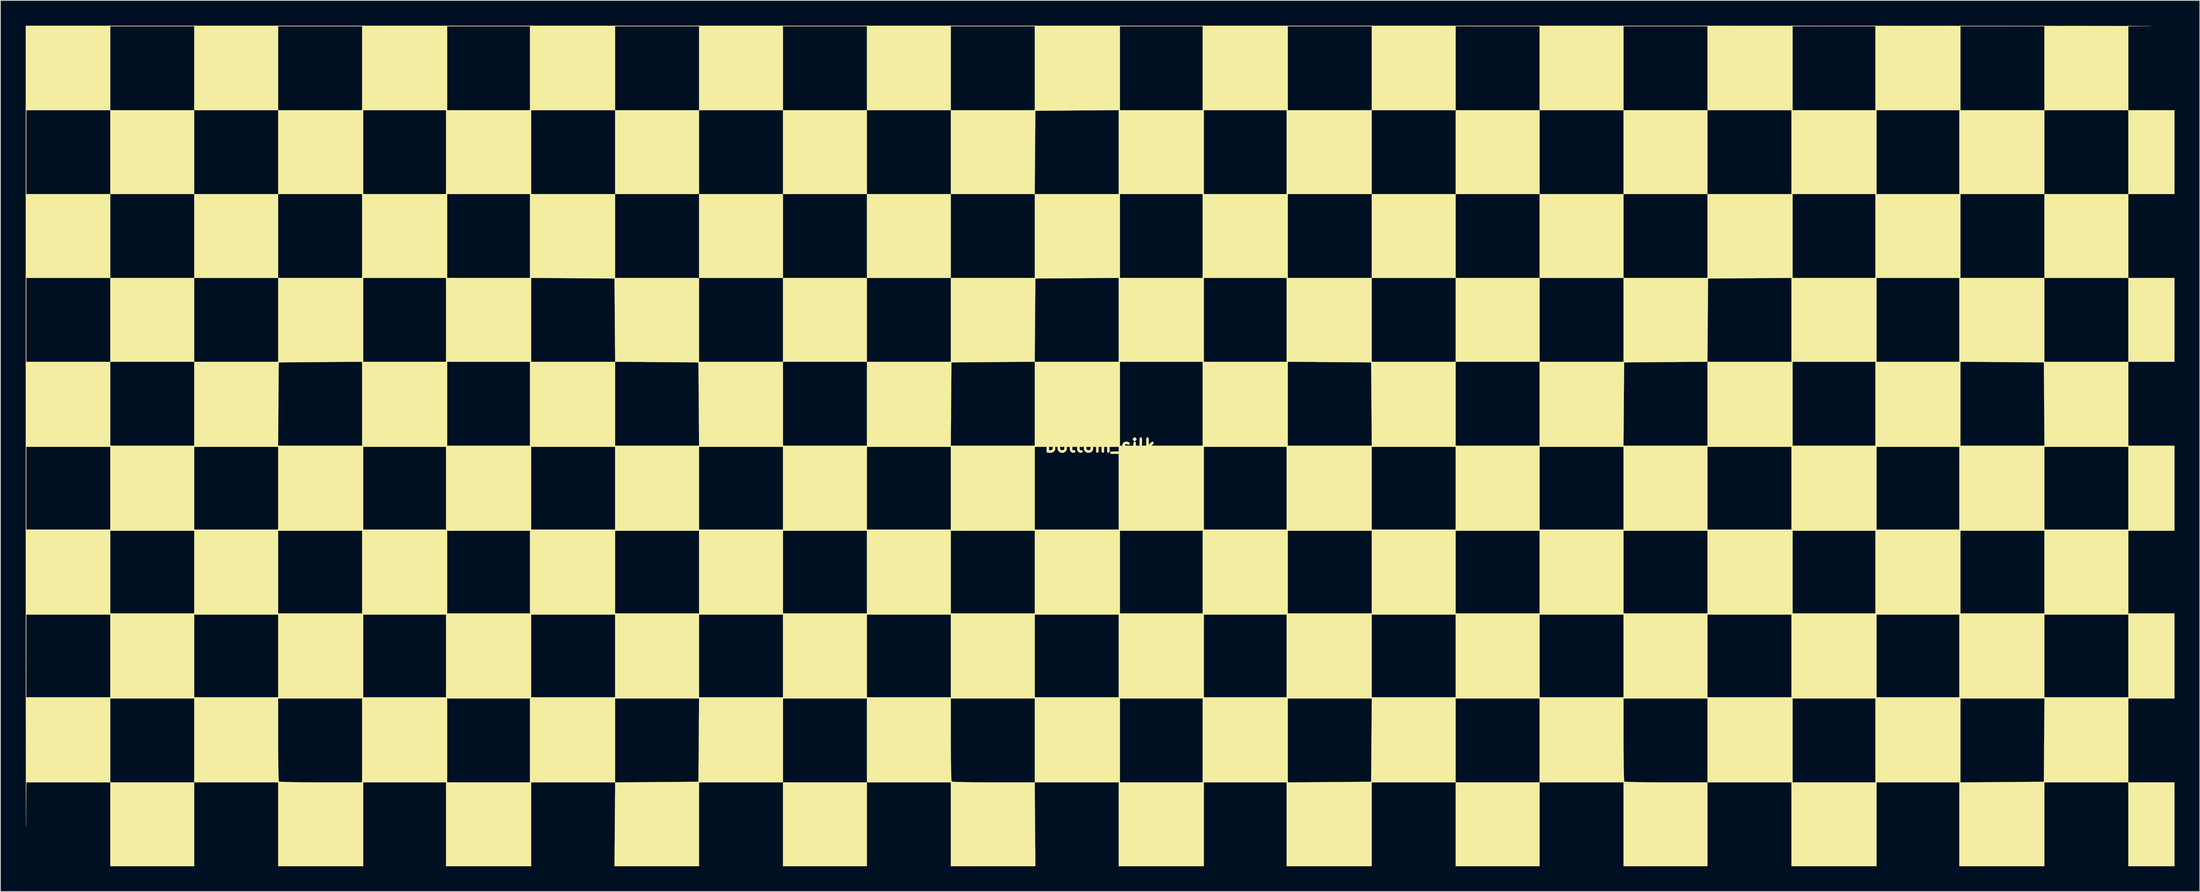
<source format=kicad_pcb>
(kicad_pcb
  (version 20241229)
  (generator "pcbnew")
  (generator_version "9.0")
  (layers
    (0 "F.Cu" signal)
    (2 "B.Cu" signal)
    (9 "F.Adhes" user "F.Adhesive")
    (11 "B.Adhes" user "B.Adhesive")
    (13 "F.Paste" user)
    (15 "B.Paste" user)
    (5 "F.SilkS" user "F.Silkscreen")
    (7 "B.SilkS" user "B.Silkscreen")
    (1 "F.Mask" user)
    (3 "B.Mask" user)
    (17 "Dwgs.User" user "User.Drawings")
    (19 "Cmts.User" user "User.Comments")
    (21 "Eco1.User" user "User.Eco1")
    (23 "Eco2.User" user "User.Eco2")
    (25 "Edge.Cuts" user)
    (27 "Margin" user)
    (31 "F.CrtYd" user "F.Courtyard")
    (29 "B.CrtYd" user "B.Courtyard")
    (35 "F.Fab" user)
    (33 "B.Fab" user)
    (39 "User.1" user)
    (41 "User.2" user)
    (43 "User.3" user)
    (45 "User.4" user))
  (footprint "bottom_silk"
    (layer "F.Cu")
    (at 127.496 49.893)
    (property "Reference" "bottom_silk" (at 0 0 0) (layer "F.SilkS") (effects (font (size 1.524 1.524) (thickness 0.3))))
    (attr through_hole)
    (fp_poly (pts (xy -117.457 -29.891) (xy -117.457 -39.854) (xy -107.494 -39.854) (xy -107.494 -29.891) (xy -117.457 -29.891)) (stroke (width 0.01) (type solid)) (fill yes) (layer "F.SilkS"))
    (fp_poly (pts (xy -107.494 -29.891) (xy -97.53 -29.891) (xy -97.53 -19.927) (xy -107.494 -19.927) (xy -107.494 -29.891)) (stroke (width 0.01) (type solid)) (fill yes) (layer "F.SilkS"))
    (fp_poly (pts (xy -107.494 -9.964) (xy -117.457 -9.964) (xy -117.457 -19.927) (xy -107.494 -19.927) (xy -107.494 -9.964)) (stroke (width 0.01) (type solid)) (fill yes) (layer "F.SilkS"))
    (fp_poly (pts (xy -57.536 -29.891) (xy -57.536 -39.854) (xy -47.572 -39.854) (xy -47.572 -29.891) (xy -57.536 -29.891)) (stroke (width 0.01) (type solid)) (fill yes) (layer "F.SilkS"))
    (fp_poly (pts (xy -37.609 -39.854) (xy -27.645 -39.854) (xy -27.645 -29.891) (xy -37.609 -29.891) (xy -37.609 -39.854)) (stroke (width 0.01) (type solid)) (fill yes) (layer "F.SilkS"))
    (fp_poly (pts (xy -37.609 -19.927) (xy -47.572 -19.927) (xy -47.572 -29.891) (xy -37.609 -29.891) (xy -37.609 -19.927)) (stroke (width 0.01) (type solid)) (fill yes) (layer "F.SilkS"))
    (fp_poly (pts (xy -27.645 -29.891) (xy -17.682 -29.891) (xy -17.682 -19.927) (xy -27.645 -19.927) (xy -27.645 -29.891)) (stroke (width 0.01) (type solid)) (fill yes) (layer "F.SilkS"))
    (fp_poly (pts (xy -27.645 -9.964) (xy -37.609 -9.964) (xy -37.609 -19.927) (xy -27.645 -19.927) (xy -27.645 -9.964)) (stroke (width 0.01) (type solid)) (fill yes) (layer "F.SilkS"))
    (fp_poly (pts (xy 62.167 -39.854) (xy 72.13 -39.854) (xy 72.13 -29.891) (xy 62.167 -29.891) (xy 62.167 -39.854)) (stroke (width 0.01) (type solid)) (fill yes) (layer "F.SilkS"))
    (fp_poly (pts (xy 127.561 49.958) (xy 122.088 49.958) (xy 122.088 39.994) (xy 127.561 39.994) (xy 127.561 49.958)) (stroke (width 0.01) (type solid)) (fill yes) (layer "F.SilkS"))
    (fp_poly (pts (xy 62.167 -19.927) (xy 52.203 -19.927) (xy 52.203 -9.964) (xy 42.24 -9.964) (xy 42.24 -19.927) (xy 32.276 -19.927) (xy 32.276 -29.891) (xy 42.24 -29.891) (xy 42.24 -19.927) (xy 52.203 -19.927) (xy 52.203 -29.891) (xy 42.24 -29.891) (xy 42.24 -39.854) (xy 52.203 -39.854) (xy 52.203 -29.891) (xy 62.167 -29.891) (xy 62.167 -19.927)) (stroke (width 0.01) (type solid)) (fill yes) (layer "F.SilkS"))
    (fp_poly (pts (xy 6.029 -49.888) (xy 11.914 -49.888) (xy 17.718 -49.887) (xy 23.436 -49.887) (xy 29.062 -49.887) (xy 34.589 -49.886) (xy 40.012 -49.886) (xy 45.324 -49.885) (xy 50.52 -49.885) (xy 55.593 -49.884) (xy 60.538 -49.883) (xy 65.348 -49.882) (xy 70.017 -49.881) (xy 74.539 -49.881) (xy 78.908 -49.88) (xy 83.119 -49.878) (xy 87.164 -49.877) (xy 91.039 -49.876) (xy 94.736 -49.875) (xy 98.25 -49.874) (xy 101.576 -49.872) (xy 104.705 -49.871) (xy 107.634 -49.87) (xy 110.355 -49.868) (xy 112.863 -49.867) (xy 115.151 -49.865) (xy 117.214 -49.864) (xy 119.046 -49.862) (xy 120.639 -49.86) (xy 121.989 -49.859) (xy 123.09 -49.857) (xy 123.934 -49.855) (xy 124.517 -49.854) (xy 124.832 -49.852) (xy 124.873 -49.85) (xy 124.86 -49.85) (xy 122.088 -49.812) (xy 122.088 -39.854) (xy 127.561 -39.854) (xy 127.561 -29.891) (xy 122.088 -29.891) (xy 122.088 -19.927) (xy 127.561 -19.927) (xy 127.561 -9.964) (xy 122.088 -9.964) (xy 122.088 0) (xy 127.561 0) (xy 127.561 10.104) (xy 122.088 10.104) (xy 122.088 19.927) (xy 127.561 19.927) (xy 127.561 30.031) (xy 122.088 30.031) (xy 122.088 39.994) (xy 112.125 39.994) (xy 112.125 49.958) (xy 102.021 49.958) (xy 102.021 39.994) (xy 92.198 39.994) (xy 92.198 49.958) (xy 82.094 49.958) (xy 82.094 39.994) (xy 72.13 39.994) (xy 72.13 49.958) (xy 62.167 49.958) (xy 62.167 39.994) (xy 52.203 39.994) (xy 52.203 49.958) (xy 42.24 49.958) (xy 42.24 39.994) (xy 32.276 39.994) (xy 32.276 49.958) (xy 22.172 49.958) (xy 22.172 39.994) (xy 12.349 39.994) (xy 12.349 49.958) (xy 2.245 49.958) (xy 2.245 39.994) (xy -7.718 39.994) (xy -7.718 30.031) (xy 2.386 30.031) (xy 2.386 39.994) (xy 12.209 39.994) (xy 12.209 30.031) (xy 22.313 30.031) (xy 22.313 39.998) (xy 32.206 39.924) (xy 32.28 30.031) (xy 42.24 30.031) (xy 42.24 39.994) (xy 52.203 39.994) (xy 52.203 30.031) (xy 62.167 30.031) (xy 62.167 34.919) (xy 62.169 36.064) (xy 62.177 37.118) (xy 62.188 38.051) (xy 62.203 38.828) (xy 62.222 39.417) (xy 62.242 39.785) (xy 62.26 39.901) (xy 62.418 39.923) (xy 62.823 39.943) (xy 63.444 39.96) (xy 64.248 39.975) (xy 65.201 39.986) (xy 66.272 39.993) (xy 67.242 39.994) (xy 72.13 39.994) (xy 72.13 30.031) (xy 82.234 30.031) (xy 82.234 39.994) (xy 92.057 39.994) (xy 92.057 30.031) (xy 102.161 30.031) (xy 102.161 39.998) (xy 107.108 39.961) (xy 112.055 39.924) (xy 112.128 30.031) (xy 102.161 30.031) (xy 92.057 30.031) (xy 82.234 30.031) (xy 72.13 30.031) (xy 62.167 30.031) (xy 52.203 30.031) (xy 42.24 30.031) (xy 32.28 30.031) (xy 22.313 30.031) (xy 12.209 30.031) (xy 2.386 30.031) (xy -7.718 30.031) (xy -17.682 30.031) (xy -17.682 34.919) (xy -17.679 36.064) (xy -17.672 37.118) (xy -17.66 38.051) (xy -17.645 38.828) (xy -17.627 39.417) (xy -17.607 39.785) (xy -17.588 39.901) (xy -17.431 39.923) (xy -17.025 39.943) (xy -16.404 39.96) (xy -15.601 39.975) (xy -14.647 39.986) (xy -13.576 39.993) (xy -12.606 39.994) (xy -7.725 39.994) (xy -7.687 44.976) (xy -7.648 49.958) (xy -12.665 49.958) (xy -17.682 49.958) (xy -17.682 39.994) (xy -27.645 39.994) (xy -27.645 49.958) (xy -37.609 49.958) (xy -37.609 39.994) (xy -47.572 39.994) (xy -47.572 49.958) (xy -52.589 49.958) (xy -57.606 49.958) (xy -57.568 44.976) (xy -57.529 39.998) (xy -47.643 39.924) (xy -47.569 30.031) (xy -37.609 30.031) (xy -37.609 39.994) (xy -27.645 39.994) (xy -27.645 30.031) (xy -37.609 30.031) (xy -47.569 30.031) (xy -57.536 30.031) (xy -57.536 39.994) (xy -67.499 39.994) (xy -67.499 49.958) (xy -77.603 49.958) (xy -77.603 39.994) (xy -87.427 39.994) (xy -87.427 49.958) (xy -97.53 49.958) (xy -97.53 39.994) (xy -107.494 39.994) (xy -107.494 49.958) (xy -117.457 49.958) (xy -117.457 39.994) (xy -127.417 39.994) (xy -127.454 45.011) (xy -127.457 45.246) (xy -127.46 45.208) (xy -127.462 44.908) (xy -127.465 44.352) (xy -127.467 43.551) (xy -127.47 42.512) (xy -127.472 41.245) (xy -127.474 39.757) (xy -127.476 38.058) (xy -127.478 36.157) (xy -127.48 34.062) (xy -127.482 31.781) (xy -127.483 30.031) (xy -117.457 30.031) (xy -117.457 39.994) (xy -107.494 39.994) (xy -107.494 30.031) (xy -97.53 30.031) (xy -97.53 34.919) (xy -97.528 36.064) (xy -97.52 37.118) (xy -97.509 38.051) (xy -97.494 38.828) (xy -97.476 39.417) (xy -97.455 39.785) (xy -97.437 39.901) (xy -97.279 39.923) (xy -96.874 39.943) (xy -96.253 39.96) (xy -95.45 39.975) (xy -94.496 39.986) (xy -93.425 39.993) (xy -92.455 39.994) (xy -87.567 39.994) (xy -87.567 30.031) (xy -77.463 30.031) (xy -77.463 39.994) (xy -67.64 39.994) (xy -67.64 30.031) (xy -77.463 30.031) (xy -87.567 30.031) (xy -97.53 30.031) (xy -107.494 30.031) (xy -117.457 30.031) (xy -127.483 30.031) (xy -127.484 29.323) (xy -127.485 26.698) (xy -127.486 23.913) (xy -127.488 20.978) (xy -127.488 20.067) (xy -127.421 20.067) (xy -127.421 29.891) (xy -117.457 29.891) (xy -117.457 20.067) (xy -107.494 20.067) (xy -107.494 29.891) (xy -97.53 29.891) (xy -97.53 20.067) (xy -87.427 20.067) (xy -87.427 29.891) (xy -77.603 29.891) (xy -77.603 20.067) (xy -67.499 20.067) (xy -67.499 29.891) (xy -57.536 29.891) (xy -57.536 20.067) (xy -47.572 20.067) (xy -47.572 29.891) (xy -37.609 29.891) (xy -37.609 20.067) (xy -27.645 20.067) (xy -27.645 29.891) (xy -17.682 29.891) (xy -17.682 20.067) (xy -7.718 20.067) (xy -7.718 29.891) (xy 2.245 29.891) (xy 2.245 20.067) (xy 12.349 20.067) (xy 12.349 29.891) (xy 22.172 29.891) (xy 22.172 20.067) (xy 32.276 20.067) (xy 32.276 29.891) (xy 42.24 29.891) (xy 42.24 20.067) (xy 52.203 20.067) (xy 52.203 29.891) (xy 62.167 29.891) (xy 62.167 20.067) (xy 72.13 20.067) (xy 72.13 29.891) (xy 82.094 29.891) (xy 82.094 20.067) (xy 92.198 20.067) (xy 92.198 29.891) (xy 102.021 29.891) (xy 102.021 20.067) (xy 112.125 20.067) (xy 112.125 29.891) (xy 122.088 29.891) (xy 122.088 20.067) (xy 112.125 20.067) (xy 102.021 20.067) (xy 92.198 20.067) (xy 82.094 20.067) (xy 72.13 20.067) (xy 62.167 20.067) (xy 52.203 20.067) (xy 42.24 20.067) (xy 32.276 20.067) (xy 22.172 20.067) (xy 12.349 20.067) (xy 2.245 20.067) (xy -7.718 20.067) (xy -17.682 20.067) (xy -27.645 20.067) (xy -37.609 20.067) (xy -47.572 20.067) (xy -57.536 20.067) (xy -67.499 20.067) (xy -77.603 20.067) (xy -87.427 20.067) (xy -97.53 20.067) (xy -107.494 20.067) (xy -117.457 20.067) (xy -127.421 20.067) (xy -127.488 20.067) (xy -127.489 17.9) (xy -127.489 14.689) (xy -127.49 11.354) (xy -127.49 10.104) (xy -117.457 10.104) (xy -117.457 19.927) (xy -107.494 19.927) (xy -107.494 10.104) (xy -97.53 10.104) (xy -97.53 19.927) (xy -87.567 19.927) (xy -87.567 10.104) (xy -77.463 10.104) (xy -77.463 19.927) (xy -67.64 19.927) (xy -67.64 10.104) (xy -57.536 10.104) (xy -57.536 19.927) (xy -47.572 19.927) (xy -47.572 10.104) (xy -37.609 10.104) (xy -37.609 19.927) (xy -27.645 19.927) (xy -27.645 10.104) (xy -17.682 10.104) (xy -17.682 19.927) (xy -7.718 19.927) (xy -7.718 10.104) (xy 2.386 10.104) (xy 2.386 19.927) (xy 12.209 19.927) (xy 12.209 10.104) (xy 22.313 10.104) (xy 22.313 19.927) (xy 32.276 19.927) (xy 32.276 10.104) (xy 42.24 10.104) (xy 42.24 19.927) (xy 52.203 19.927) (xy 52.203 10.104) (xy 62.167 10.104) (xy 62.167 19.927) (xy 72.13 19.927) (xy 72.13 10.104) (xy 82.234 10.104) (xy 82.234 19.927) (xy 92.057 19.927) (xy 92.057 10.104) (xy 102.161 10.104) (xy 102.161 19.927) (xy 112.125 19.927) (xy 112.125 10.104) (xy 102.161 10.104) (xy 92.057 10.104) (xy 82.234 10.104) (xy 72.13 10.104) (xy 62.167 10.104) (xy 52.203 10.104) (xy 42.24 10.104) (xy 32.276 10.104) (xy 22.313 10.104) (xy 12.209 10.104) (xy 2.386 10.104) (xy -7.718 10.104) (xy -17.682 10.104) (xy -27.645 10.104) (xy -37.609 10.104) (xy -47.572 10.104) (xy -57.536 10.104) (xy -67.64 10.104) (xy -77.463 10.104) (xy -87.567 10.104) (xy -97.53 10.104) (xy -107.494 10.104) (xy -117.457 10.104) (xy -127.49 10.104) (xy -127.491 7.902) (xy -127.491 4.343) (xy -127.491 0.686) (xy -127.491 0.14) (xy -127.421 0.14) (xy -127.421 9.964) (xy -117.457 9.964) (xy -117.457 0.14) (xy -107.494 0.14) (xy -107.494 9.964) (xy -97.53 9.964) (xy -97.53 0.14) (xy -87.427 0.14) (xy -87.427 9.964) (xy -77.603 9.964) (xy -77.603 0.14) (xy -67.499 0.14) (xy -67.499 9.964) (xy -57.536 9.964) (xy -57.536 0.14) (xy -47.572 0.14) (xy -47.572 9.964) (xy -37.609 9.964) (xy -37.609 0.14) (xy -27.645 0.14) (xy -27.645 9.964) (xy -17.682 9.964) (xy -17.682 0.14) (xy -7.718 0.14) (xy -7.718 9.964) (xy 2.245 9.964) (xy 2.245 0.14) (xy 12.349 0.14) (xy 12.349 9.964) (xy 22.172 9.964) (xy 22.172 0.14) (xy 32.276 0.14) (xy 32.276 9.964) (xy 42.24 9.964) (xy 42.24 0.14) (xy 52.203 0.14) (xy 52.203 9.964) (xy 62.167 9.964) (xy 62.167 0.14) (xy 72.13 0.14) (xy 72.13 9.964) (xy 82.094 9.964) (xy 82.094 0.14) (xy 92.198 0.14) (xy 92.198 9.964) (xy 102.021 9.964) (xy 102.021 0.14) (xy 112.125 0.14) (xy 112.125 9.964) (xy 122.088 9.964) (xy 122.088 0.14) (xy 112.125 0.14) (xy 102.021 0.14) (xy 92.198 0.14) (xy 82.094 0.14) (xy 72.13 0.14) (xy 62.167 0.14) (xy 52.203 0.14) (xy 42.24 0.14) (xy 32.276 0.14) (xy 22.172 0.14) (xy 12.349 0.14) (xy 2.245 0.14) (xy -7.718 0.14) (xy -17.682 0.14) (xy -27.645 0.14) (xy -37.609 0.14) (xy -47.572 0.14) (xy -57.536 0.14) (xy -67.499 0.14) (xy -77.603 0.14) (xy -87.427 0.14) (xy -97.53 0.14) (xy -107.494 0.14) (xy -117.457 0.14) (xy -127.421 0.14) (xy -127.491 0.14) (xy -127.491 0.07) (xy -127.491 -39.854) (xy -127.421 -39.854) (xy -127.421 -29.891) (xy -117.457 -29.891) (xy -117.457 -19.927) (xy -127.421 -19.927) (xy -127.421 -9.964) (xy -117.457 -9.964) (xy -117.457 0) (xy -107.494 0) (xy -97.534 0) (xy -87.567 0) (xy -87.567 -9.967) (xy -92.514 -9.93) (xy -97.46 -9.893) (xy -97.497 -4.947) (xy -97.534 0) (xy -107.494 0) (xy -107.494 -9.964) (xy -97.53 -9.964) (xy -97.53 -19.927) (xy -87.567 -19.927) (xy -87.427 -19.927) (xy -87.427 -9.964) (xy -77.603 -9.964) (xy -77.463 -9.964) (xy -77.463 0) (xy -67.64 0) (xy -67.64 -9.964) (xy -67.499 -9.964) (xy -57.536 -9.964) (xy -57.536 0) (xy -47.569 0) (xy -47.606 -4.947) (xy -47.643 -9.893) (xy -57.532 -9.967) (xy -57.606 -19.857) (xy -67.499 -19.931) (xy -67.499 -9.964) (xy -67.64 -9.964) (xy -77.463 -9.964) (xy -77.603 -9.964) (xy -77.603 -19.927) (xy -87.427 -19.927) (xy -87.567 -19.927) (xy -87.567 -29.891) (xy -97.53 -29.891) (xy -97.53 -39.854) (xy -107.494 -39.854) (xy -107.494 -49.818) (xy -97.53 -49.818) (xy -97.53 -39.854) (xy -87.567 -39.854) (xy -87.427 -39.854) (xy -87.427 -29.891) (xy -77.603 -29.891) (xy -77.463 -29.891) (xy -77.463 -19.927) (xy -67.64 -19.927) (xy -67.64 -29.891) (xy -77.463 -29.891) (xy -77.603 -29.891) (xy -77.603 -39.854) (xy -87.427 -39.854) (xy -87.567 -39.854) (xy -87.567 -49.818) (xy -77.463 -49.818) (xy -77.463 -39.854) (xy -67.64 -39.854) (xy -67.499 -39.854) (xy -67.499 -29.891) (xy -57.536 -29.891) (xy -57.536 -19.927) (xy -47.572 -19.927) (xy -47.572 -9.964) (xy -37.609 -9.964) (xy -37.609 0) (xy -27.645 0) (xy -17.685 0) (xy -7.718 0) (xy -7.718 -9.964) (xy 2.245 -9.964) (xy 2.386 -9.964) (xy 2.386 0) (xy 12.209 0) (xy 22.313 0) (xy 32.28 0) (xy 32.243 -4.947) (xy 32.206 -9.893) (xy 22.313 -9.967) (xy 22.313 0) (xy 12.209 0) (xy 12.209 -9.964) (xy 2.386 -9.964) (xy 2.245 -9.964) (xy 2.245 -19.931) (xy -7.648 -19.857) (xy -7.722 -9.967) (xy -17.612 -9.893) (xy -17.648 -4.947) (xy -17.685 0) (xy -27.645 0) (xy -27.645 -9.964) (xy -17.682 -9.964) (xy -17.682 -19.927) (xy -7.718 -19.927) (xy -7.718 -29.891) (xy 2.245 -29.891) (xy 2.386 -29.891) (xy 2.386 -19.927) (xy 12.209 -19.927) (xy 12.349 -19.927) (xy 12.349 -9.964) (xy 22.172 -9.964) (xy 22.172 -19.927) (xy 12.349 -19.927) (xy 12.209 -19.927) (xy 12.209 -29.891) (xy 2.386 -29.891) (xy 2.245 -29.891) (xy 2.245 -39.858) (xy -2.701 -39.821) (xy -7.648 -39.784) (xy -7.722 -29.891) (xy -17.682 -29.891) (xy -17.682 -39.854) (xy -27.645 -39.854) (xy -27.645 -49.818) (xy -17.682 -49.818) (xy -17.682 -39.854) (xy -7.718 -39.854) (xy -7.718 -49.818) (xy 2.386 -49.818) (xy 2.386 -39.854) (xy 12.209 -39.854) (xy 12.349 -39.854) (xy 12.349 -29.891) (xy 22.172 -29.891) (xy 22.313 -29.891) (xy 22.313 -19.927) (xy 32.276 -19.927) (xy 32.276 -9.964) (xy 42.24 -9.964) (xy 42.24 0) (xy 52.203 0) (xy 62.163 0) (xy 72.13 0) (xy 72.13 -9.964) (xy 82.094 -9.964) (xy 82.234 -9.964) (xy 82.234 0) (xy 92.057 0) (xy 102.161 0) (xy 112.128 0) (xy 112.092 -4.947) (xy 112.055 -9.893) (xy 107.108 -9.93) (xy 102.643 -9.964) (xy 112.125 -9.964) (xy 122.088 -9.964) (xy 122.088 -19.927) (xy 112.125 -19.927) (xy 112.125 -9.964) (xy 102.643 -9.964) (xy 102.161 -9.967) (xy 102.161 0) (xy 92.057 0) (xy 92.057 -9.964) (xy 82.234 -9.964) (xy 82.094 -9.964) (xy 82.094 -19.931) (xy 72.201 -19.857) (xy 72.127 -9.967) (xy 62.237 -9.893) (xy 62.2 -4.947) (xy 62.163 0) (xy 52.203 0) (xy 52.203 -9.964) (xy 62.167 -9.964) (xy 62.167 -19.927) (xy 72.13 -19.927) (xy 72.13 -29.891) (xy 82.094 -29.891) (xy 82.234 -29.891) (xy 82.234 -19.927) (xy 92.057 -19.927) (xy 92.198 -19.927) (xy 92.198 -9.964) (xy 102.021 -9.964) (xy 102.021 -19.927) (xy 92.198 -19.927) (xy 92.057 -19.927) (xy 92.057 -29.891) (xy 82.234 -29.891) (xy 82.094 -29.891) (xy 82.094 -39.854) (xy 72.13 -39.854) (xy 72.13 -49.818) (xy 82.234 -49.818) (xy 82.234 -39.854) (xy 92.057 -39.854) (xy 92.198 -39.854) (xy 92.198 -29.891) (xy 102.021 -29.891) (xy 102.161 -29.891) (xy 102.161 -19.927) (xy 112.125 -19.927) (xy 112.125 -29.891) (xy 102.161 -29.891) (xy 102.021 -29.891) (xy 102.021 -39.854) (xy 92.198 -39.854) (xy 92.057 -39.854) (xy 92.057 -49.818) (xy 102.161 -49.818) (xy 102.161 -39.854) (xy 112.125 -39.854) (xy 112.125 -29.891) (xy 122.088 -29.891) (xy 122.088 -39.854) (xy 112.125 -39.854) (xy 112.125 -49.818) (xy 102.161 -49.818) (xy 92.057 -49.818) (xy 82.234 -49.818) (xy 72.13 -49.818) (xy 62.167 -49.818) (xy 62.167 -39.854) (xy 52.203 -39.854) (xy 52.203 -49.818) (xy 42.24 -49.818) (xy 42.24 -39.854) (xy 32.276 -39.854) (xy 32.276 -29.891) (xy 22.313 -29.891) (xy 22.172 -29.891) (xy 22.172 -39.854) (xy 12.349 -39.854) (xy 12.209 -39.854) (xy 12.209 -49.818) (xy 22.313 -49.818) (xy 22.313 -39.854) (xy 32.276 -39.854) (xy 32.276 -49.818) (xy 22.313 -49.818) (xy 12.209 -49.818) (xy 2.386 -49.818) (xy -7.718 -49.818) (xy -17.682 -49.818) (xy -27.645 -49.818) (xy -37.609 -49.818) (xy -37.609 -39.854) (xy -47.572 -39.854) (xy -47.572 -49.818) (xy -57.536 -49.818) (xy -57.536 -39.854) (xy -67.499 -39.854) (xy -67.64 -39.854) (xy -67.64 -49.818) (xy -77.463 -49.818) (xy -87.567 -49.818) (xy -97.53 -49.818) (xy -107.494 -49.818) (xy -117.457 -49.818) (xy -117.457 -39.854) (xy -127.421 -39.854) (xy -127.491 -39.854) (xy -127.491 -49.888) (xy 0.07 -49.888) (xy 6.029 -49.888)) (stroke (width 0.01) (type solid)) (fill yes) (layer "F.SilkS")))
  (gr_rect
    (start -3 -3)
    (end 258.062 102.856)
    (stroke (width 0.1) (type default))
    (fill no)
    (layer "Edge.Cuts")))
</source>
